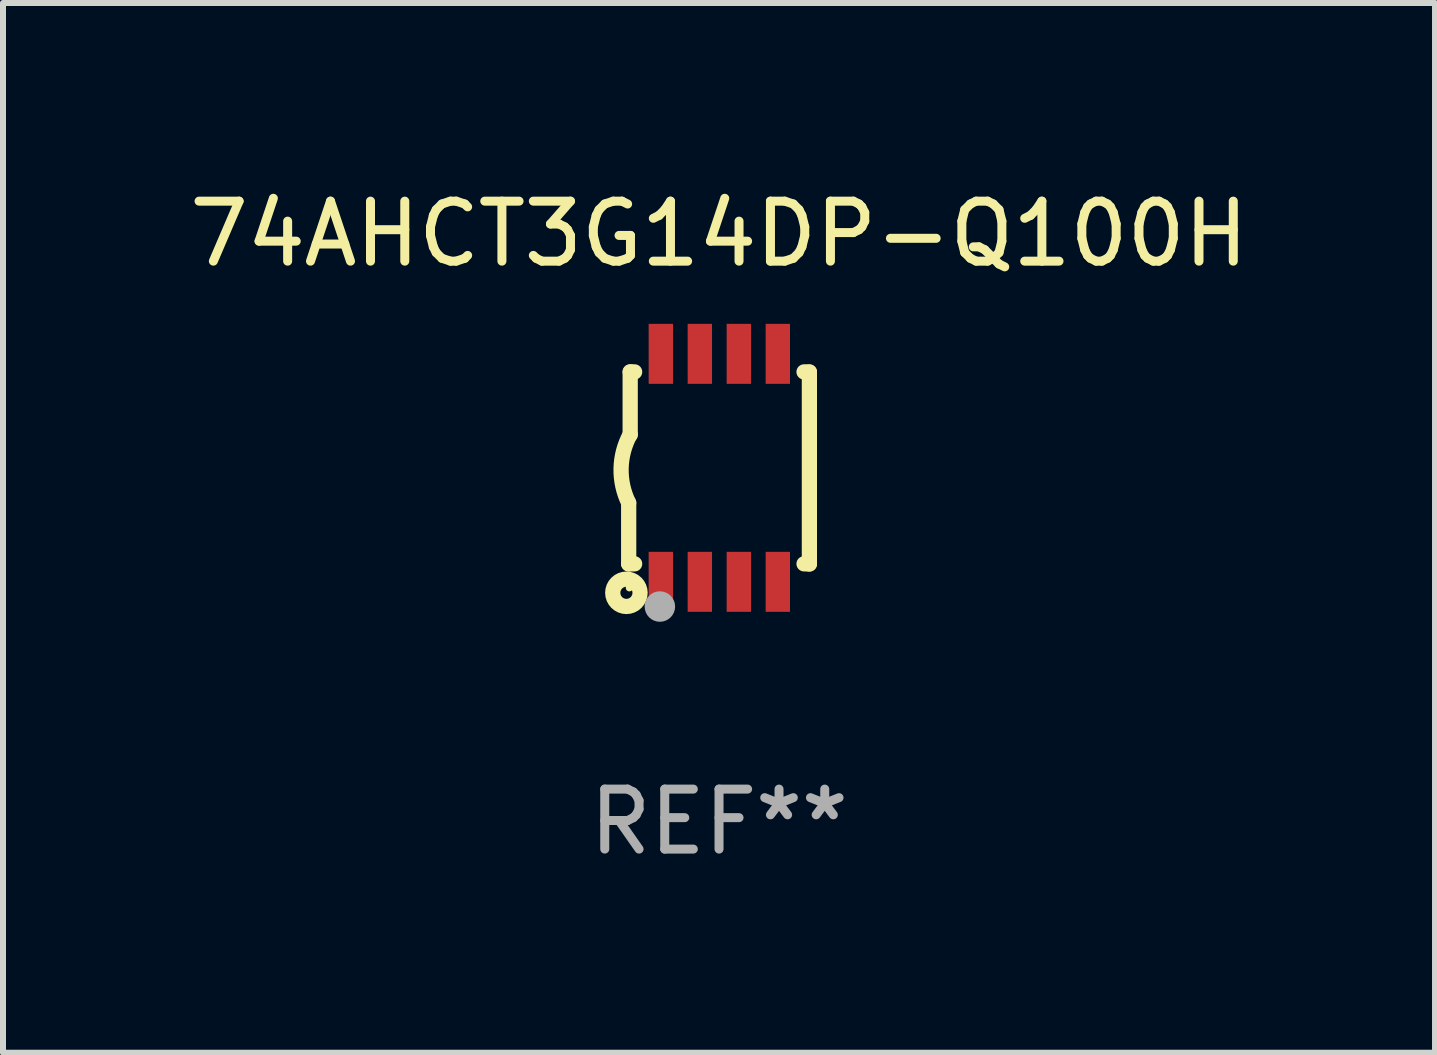
<source format=kicad_pcb>
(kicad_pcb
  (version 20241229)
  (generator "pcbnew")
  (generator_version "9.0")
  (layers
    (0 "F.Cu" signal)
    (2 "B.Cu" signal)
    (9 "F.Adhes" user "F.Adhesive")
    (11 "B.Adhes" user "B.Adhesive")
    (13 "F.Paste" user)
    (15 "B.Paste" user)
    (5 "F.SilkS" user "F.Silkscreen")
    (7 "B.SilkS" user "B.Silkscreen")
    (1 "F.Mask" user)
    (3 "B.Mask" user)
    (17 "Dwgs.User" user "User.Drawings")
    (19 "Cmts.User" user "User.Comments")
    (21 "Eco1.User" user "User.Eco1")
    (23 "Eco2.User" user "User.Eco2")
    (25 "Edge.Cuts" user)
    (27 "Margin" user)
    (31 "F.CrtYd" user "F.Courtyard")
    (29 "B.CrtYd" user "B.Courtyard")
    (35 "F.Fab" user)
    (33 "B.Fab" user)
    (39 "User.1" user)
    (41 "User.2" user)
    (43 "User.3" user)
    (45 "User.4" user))
  (footprint "74AHCT3G14DP-Q100H"
    (layer "F.Cu")
    (at 8.935 4.748)
    (property "Reference" "74AHCT3G14DP-Q100H" (at 0 -3.9 0) (layer "F.SilkS") (effects (font (size 1 1) (thickness 0.15))))
    (attr through_hole)
    (fp_line (start -1.506 1.6) (end -1.506 0.584) (stroke (width 0.254) (type solid)) (layer "F.SilkS"))
    (fp_line (start -1.506 1.6) (end -1.407 1.6) (stroke (width 0.254) (type solid)) (layer "F.SilkS"))
    (fp_line (start -1.481 -1.599) (end -1.481 -0.549) (stroke (width 0.254) (type solid)) (layer "F.SilkS"))
    (fp_line (start -1.481 -1.599) (end -1.407 -1.599) (stroke (width 0.254) (type solid)) (layer "F.SilkS"))
    (fp_line (start 1.417 -1.599) (end 1.506 -1.599) (stroke (width 0.254) (type solid)) (layer "F.SilkS"))
    (fp_line (start 1.417 1.6) (end 1.506 1.6) (stroke (width 0.254) (type solid)) (layer "F.SilkS"))
    (fp_line (start 1.506 1.603) (end 1.506 -1.595) (stroke (width 0.254) (type solid)) (layer "F.SilkS"))
    (fp_arc (start -1.506223 0.584328) (mid -1.632455 0.00974) (end -1.480823 -0.558674) (stroke (width 0.254001) (type solid)) (layer "F.SilkS"))
    (fp_circle (center -1.544 2.083) (end -1.443 2.083) (stroke (width 0.254) (type solid)) (fill no) (layer "F.SilkS"))
    (fp_circle (center -1.495 2) (end -1.465 2) (stroke (width 0.06) (type solid)) (fill no) (layer "F.SilkS"))
    (fp_circle (center -0.986 2.312) (end -0.859 2.312) (stroke (width 0.254) (type solid)) (fill no) (layer "F.Fab"))
    (fp_text user "REF**" (at 0 5.9 0) (layer "F.Fab") (effects (font (size 1 1) (thickness 0.15))))
    (pad "1" smd rect (at -0.97 1.9 90) (size 1 0.406) (layers "F.Cu" "F.Mask" "F.Paste"))
    (pad "2" smd rect (at -0.32 1.9 90) (size 1 0.406) (layers "F.Cu" "F.Mask" "F.Paste"))
    (pad "3" smd rect (at 0.33 1.9 90) (size 1 0.406) (layers "F.Cu" "F.Mask" "F.Paste"))
    (pad "4" smd rect (at 0.98 1.9 90) (size 1 0.406) (layers "F.Cu" "F.Mask" "F.Paste"))
    (pad "5" smd rect (at 0.98 -1.9 90) (size 1 0.406) (layers "F.Cu" "F.Mask" "F.Paste"))
    (pad "6" smd rect (at 0.33 -1.9 90) (size 1 0.406) (layers "F.Cu" "F.Mask" "F.Paste"))
    (pad "7" smd rect (at -0.32 -1.9 90) (size 1 0.406) (layers "F.Cu" "F.Mask" "F.Paste"))
    (pad "8" smd rect (at -0.97 -1.9 90) (size 1 0.406) (layers "F.Cu" "F.Mask" "F.Paste")))
  (gr_rect
    (start -3 -3)
    (end 20.869 14.497)
    (stroke (width 0.1) (type default))
    (fill no)
    (layer "Edge.Cuts")))
</source>
